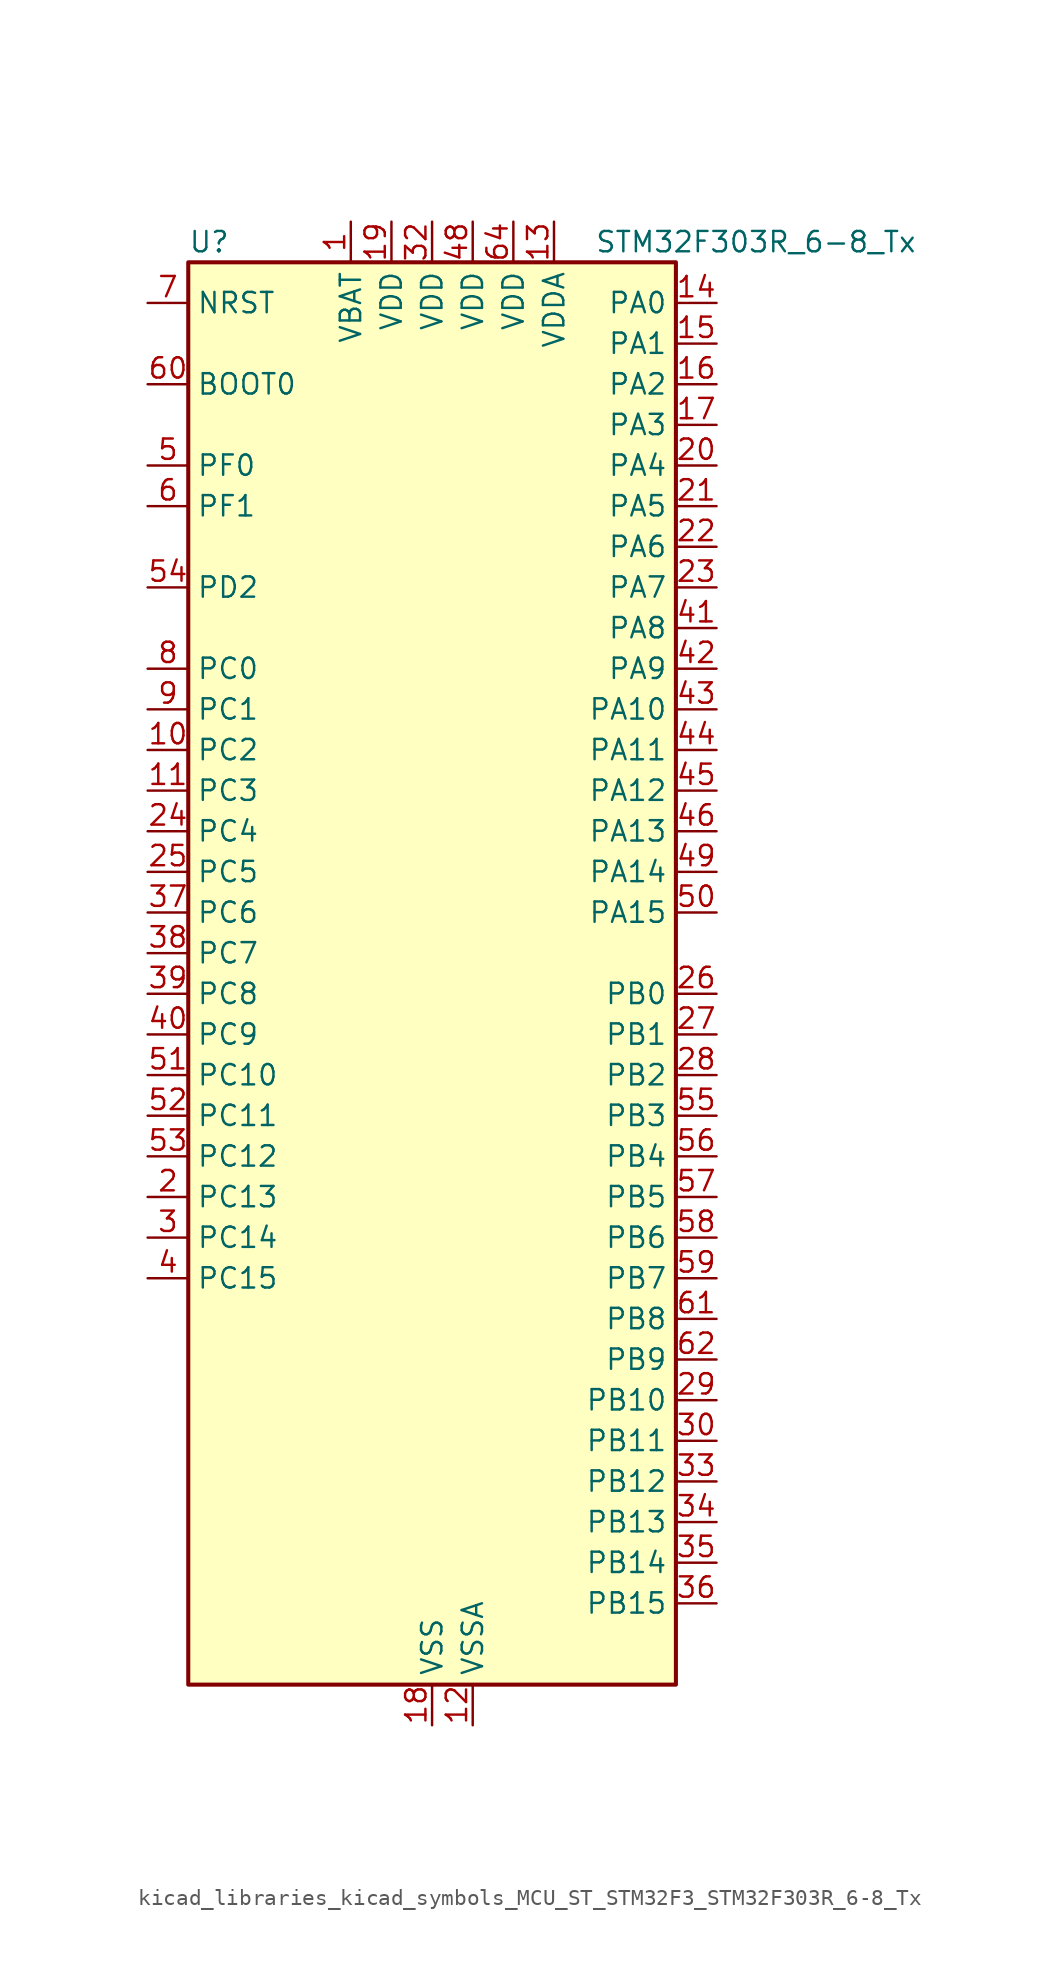
<source format=kicad_sym>
(kicad_symbol_lib
  (version 20220914)
  (generator kicad_symbol_editor)
  (symbol "kicad_libraries_kicad_symbols_MCU_ST_STM32F3_STM32F303R_6-8_Tx"
    (property "Reference" "U"
      (at -15.24 46.99 0)
      (effects (font (size 1.27 1.27)) (justify left)))
    (property "Value" "STM32F303R_6-8_Tx"
      (at 10.16 46.99 0)
      (effects (font (size 1.27 1.27)) (justify left)))
    (property "ki_locked" ""
      (at 0 0 0)
      (effects (font (size 1.27 1.27))))
    (symbol "kicad_libraries_kicad_symbols_MCU_ST_STM32F3_STM32F303R_6-8_Tx_0_1"
      (rectangle (start -15.24 -43.18) (end 15.24 45.72) (stroke (width 0.254) (type default)) (fill (type background))))
    (symbol "kicad_libraries_kicad_symbols_MCU_ST_STM32F3_STM32F303R_6-8_Tx_1_1"
      (pin power_in line (at -5.08 48.26 270) (length 2.54) (name "VBAT" (effects (font (size 1.27 1.27)))) (number "1" (effects (font (size 1.27 1.27)))))
      (pin bidirectional line (at -17.78 15.24 0) (length 2.54) (name "PC2" (effects (font (size 1.27 1.27)))) (number "10" (effects (font (size 1.27 1.27)))) (alternate "ADC1_IN8" bidirectional line) (alternate "ADC2_IN8" bidirectional line) (alternate "TIM1_CH3" bidirectional line))
      (pin bidirectional line (at -17.78 12.7 0) (length 2.54) (name "PC3" (effects (font (size 1.27 1.27)))) (number "11" (effects (font (size 1.27 1.27)))) (alternate "ADC1_IN9" bidirectional line) (alternate "ADC2_IN9" bidirectional line) (alternate "TIM1_BKIN2" bidirectional line) (alternate "TIM1_CH4" bidirectional line))
      (pin power_in line (at 2.54 -45.72 90) (length 2.54) (name "VSSA" (effects (font (size 1.27 1.27)))) (number "12" (effects (font (size 1.27 1.27)))))
      (pin power_in line (at 7.62 48.26 270) (length 2.54) (name "VDDA" (effects (font (size 1.27 1.27)))) (number "13" (effects (font (size 1.27 1.27)))))
      (pin bidirectional line (at 17.78 43.18 180) (length 2.54) (name "PA0" (effects (font (size 1.27 1.27)))) (number "14" (effects (font (size 1.27 1.27)))) (alternate "ADC1_IN1" bidirectional line) (alternate "RTC_TAMP2" bidirectional line) (alternate "SYS_WKUP1" bidirectional line) (alternate "TIM2_CH1" bidirectional line) (alternate "TIM2_ETR" bidirectional line) (alternate "TSC_G1_IO1" bidirectional line) (alternate "USART2_CTS" bidirectional line))
      (pin bidirectional line (at 17.78 40.64 180) (length 2.54) (name "PA1" (effects (font (size 1.27 1.27)))) (number "15" (effects (font (size 1.27 1.27)))) (alternate "ADC1_IN2" bidirectional line) (alternate "RTC_REFIN" bidirectional line) (alternate "TIM15_CH1N" bidirectional line) (alternate "TIM2_CH2" bidirectional line) (alternate "TSC_G1_IO2" bidirectional line) (alternate "USART2_DE" bidirectional line) (alternate "USART2_RTS" bidirectional line))
      (pin bidirectional line (at 17.78 38.1 180) (length 2.54) (name "PA2" (effects (font (size 1.27 1.27)))) (number "16" (effects (font (size 1.27 1.27)))) (alternate "ADC1_IN3" bidirectional line) (alternate "COMP2_INM" bidirectional line) (alternate "COMP2_OUT" bidirectional line) (alternate "TIM15_CH1" bidirectional line) (alternate "TIM2_CH3" bidirectional line) (alternate "TSC_G1_IO3" bidirectional line) (alternate "USART2_TX" bidirectional line))
      (pin bidirectional line (at 17.78 35.56 180) (length 2.54) (name "PA3" (effects (font (size 1.27 1.27)))) (number "17" (effects (font (size 1.27 1.27)))) (alternate "ADC1_IN4" bidirectional line) (alternate "TIM15_CH2" bidirectional line) (alternate "TIM2_CH4" bidirectional line) (alternate "TSC_G1_IO4" bidirectional line) (alternate "USART2_RX" bidirectional line))
      (pin power_in line (at 0 -45.72 90) (length 2.54) (name "VSS" (effects (font (size 1.27 1.27)))) (number "18" (effects (font (size 1.27 1.27)))))
      (pin power_in line (at -2.54 48.26 270) (length 2.54) (name "VDD" (effects (font (size 1.27 1.27)))) (number "19" (effects (font (size 1.27 1.27)))))
      (pin bidirectional line (at -17.78 -12.7 0) (length 2.54) (name "PC13" (effects (font (size 1.27 1.27)))) (number "2" (effects (font (size 1.27 1.27)))) (alternate "RTC_OUT_ALARM" bidirectional line) (alternate "RTC_OUT_CALIB" bidirectional line) (alternate "RTC_TAMP1" bidirectional line) (alternate "RTC_TS" bidirectional line) (alternate "SYS_WKUP2" bidirectional line) (alternate "TIM1_CH1N" bidirectional line))
      (pin bidirectional line (at 17.78 33.02 180) (length 2.54) (name "PA4" (effects (font (size 1.27 1.27)))) (number "20" (effects (font (size 1.27 1.27)))) (alternate "ADC2_IN1" bidirectional line) (alternate "COMP2_INM" bidirectional line) (alternate "COMP4_INM" bidirectional line) (alternate "COMP6_INM" bidirectional line) (alternate "DAC1_OUT1" bidirectional line) (alternate "SPI1_NSS" bidirectional line) (alternate "TIM3_CH2" bidirectional line) (alternate "TSC_G2_IO1" bidirectional line) (alternate "USART2_CK" bidirectional line))
      (pin bidirectional line (at 17.78 30.48 180) (length 2.54) (name "PA5" (effects (font (size 1.27 1.27)))) (number "21" (effects (font (size 1.27 1.27)))) (alternate "ADC2_IN2" bidirectional line) (alternate "DAC1_OUT2" bidirectional line) (alternate "OPAMP2_VINM" bidirectional line) (alternate "OPAMP2_VINM_SEC" bidirectional line) (alternate "SPI1_SCK" bidirectional line) (alternate "TIM2_CH1" bidirectional line) (alternate "TIM2_ETR" bidirectional line) (alternate "TSC_G2_IO2" bidirectional line))
      (pin bidirectional line (at 17.78 27.94 180) (length 2.54) (name "PA6" (effects (font (size 1.27 1.27)))) (number "22" (effects (font (size 1.27 1.27)))) (alternate "ADC2_IN3" bidirectional line) (alternate "DAC2_OUT1" bidirectional line) (alternate "OPAMP2_VOUT" bidirectional line) (alternate "SPI1_MISO" bidirectional line) (alternate "TIM16_CH1" bidirectional line) (alternate "TIM1_BKIN" bidirectional line) (alternate "TIM3_CH1" bidirectional line) (alternate "TSC_G2_IO3" bidirectional line))
      (pin bidirectional line (at 17.78 25.4 180) (length 2.54) (name "PA7" (effects (font (size 1.27 1.27)))) (number "23" (effects (font (size 1.27 1.27)))) (alternate "ADC2_IN4" bidirectional line) (alternate "COMP2_INP" bidirectional line) (alternate "OPAMP2_VINP" bidirectional line) (alternate "OPAMP2_VINP_SEC" bidirectional line) (alternate "SPI1_MOSI" bidirectional line) (alternate "TIM17_CH1" bidirectional line) (alternate "TIM1_CH1N" bidirectional line) (alternate "TIM3_CH2" bidirectional line) (alternate "TSC_G2_IO4" bidirectional line))
      (pin bidirectional line (at -17.78 10.16 0) (length 2.54) (name "PC4" (effects (font (size 1.27 1.27)))) (number "24" (effects (font (size 1.27 1.27)))) (alternate "ADC2_IN5" bidirectional line) (alternate "TIM1_ETR" bidirectional line) (alternate "USART1_TX" bidirectional line))
      (pin bidirectional line (at -17.78 7.62 0) (length 2.54) (name "PC5" (effects (font (size 1.27 1.27)))) (number "25" (effects (font (size 1.27 1.27)))) (alternate "ADC2_IN11" bidirectional line) (alternate "OPAMP2_VINM" bidirectional line) (alternate "OPAMP2_VINM_SEC" bidirectional line) (alternate "TIM15_BKIN" bidirectional line) (alternate "TSC_G3_IO1" bidirectional line) (alternate "USART1_RX" bidirectional line))
      (pin bidirectional line (at 17.78 0 180) (length 2.54) (name "PB0" (effects (font (size 1.27 1.27)))) (number "26" (effects (font (size 1.27 1.27)))) (alternate "ADC1_IN11" bidirectional line) (alternate "COMP4_INP" bidirectional line) (alternate "OPAMP2_VINP" bidirectional line) (alternate "OPAMP2_VINP_SEC" bidirectional line) (alternate "TIM1_CH2N" bidirectional line) (alternate "TIM3_CH3" bidirectional line) (alternate "TSC_G3_IO2" bidirectional line))
      (pin bidirectional line (at 17.78 -2.54 180) (length 2.54) (name "PB1" (effects (font (size 1.27 1.27)))) (number "27" (effects (font (size 1.27 1.27)))) (alternate "ADC1_IN12" bidirectional line) (alternate "COMP4_OUT" bidirectional line) (alternate "TIM1_CH3N" bidirectional line) (alternate "TIM3_CH4" bidirectional line) (alternate "TSC_G3_IO3" bidirectional line))
      (pin bidirectional line (at 17.78 -5.08 180) (length 2.54) (name "PB2" (effects (font (size 1.27 1.27)))) (number "28" (effects (font (size 1.27 1.27)))) (alternate "ADC2_IN12" bidirectional line) (alternate "COMP4_INM" bidirectional line) (alternate "TSC_G3_IO4" bidirectional line))
      (pin bidirectional line (at 17.78 -25.4 180) (length 2.54) (name "PB10" (effects (font (size 1.27 1.27)))) (number "29" (effects (font (size 1.27 1.27)))) (alternate "TIM2_CH3" bidirectional line) (alternate "TSC_SYNC" bidirectional line) (alternate "USART3_TX" bidirectional line))
      (pin bidirectional line (at -17.78 -15.24 0) (length 2.54) (name "PC14" (effects (font (size 1.27 1.27)))) (number "3" (effects (font (size 1.27 1.27)))) (alternate "RCC_OSC32_IN" bidirectional line))
      (pin bidirectional line (at 17.78 -27.94 180) (length 2.54) (name "PB11" (effects (font (size 1.27 1.27)))) (number "30" (effects (font (size 1.27 1.27)))) (alternate "COMP6_INP" bidirectional line) (alternate "TIM2_CH4" bidirectional line) (alternate "TSC_G6_IO1" bidirectional line) (alternate "USART3_RX" bidirectional line))
      (pin passive line (at 0 -45.72 90) (length 2.54) hide (name "VSS" (effects (font (size 1.27 1.27)))) (number "31" (effects (font (size 1.27 1.27)))))
      (pin power_in line (at 0 48.26 270) (length 2.54) (name "VDD" (effects (font (size 1.27 1.27)))) (number "32" (effects (font (size 1.27 1.27)))))
      (pin bidirectional line (at 17.78 -30.48 180) (length 2.54) (name "PB12" (effects (font (size 1.27 1.27)))) (number "33" (effects (font (size 1.27 1.27)))) (alternate "ADC2_IN13" bidirectional line) (alternate "TIM1_BKIN" bidirectional line) (alternate "TSC_G6_IO2" bidirectional line) (alternate "USART3_CK" bidirectional line))
      (pin bidirectional line (at 17.78 -33.02 180) (length 2.54) (name "PB13" (effects (font (size 1.27 1.27)))) (number "34" (effects (font (size 1.27 1.27)))) (alternate "ADC1_IN13" bidirectional line) (alternate "TIM1_CH1N" bidirectional line) (alternate "TSC_G6_IO3" bidirectional line) (alternate "USART3_CTS" bidirectional line))
      (pin bidirectional line (at 17.78 -35.56 180) (length 2.54) (name "PB14" (effects (font (size 1.27 1.27)))) (number "35" (effects (font (size 1.27 1.27)))) (alternate "ADC2_IN14" bidirectional line) (alternate "OPAMP2_VINP" bidirectional line) (alternate "OPAMP2_VINP_SEC" bidirectional line) (alternate "TIM15_CH1" bidirectional line) (alternate "TIM1_CH2N" bidirectional line) (alternate "TSC_G6_IO4" bidirectional line) (alternate "USART3_DE" bidirectional line) (alternate "USART3_RTS" bidirectional line))
      (pin bidirectional line (at 17.78 -38.1 180) (length 2.54) (name "PB15" (effects (font (size 1.27 1.27)))) (number "36" (effects (font (size 1.27 1.27)))) (alternate "ADC2_IN15" bidirectional line) (alternate "COMP6_INM" bidirectional line) (alternate "RTC_REFIN" bidirectional line) (alternate "TIM15_CH1N" bidirectional line) (alternate "TIM15_CH2" bidirectional line) (alternate "TIM1_CH3N" bidirectional line))
      (pin bidirectional line (at -17.78 5.08 0) (length 2.54) (name "PC6" (effects (font (size 1.27 1.27)))) (number "37" (effects (font (size 1.27 1.27)))) (alternate "COMP6_OUT" bidirectional line) (alternate "TIM3_CH1" bidirectional line))
      (pin bidirectional line (at -17.78 2.54 0) (length 2.54) (name "PC7" (effects (font (size 1.27 1.27)))) (number "38" (effects (font (size 1.27 1.27)))) (alternate "TIM3_CH2" bidirectional line))
      (pin bidirectional line (at -17.78 0 0) (length 2.54) (name "PC8" (effects (font (size 1.27 1.27)))) (number "39" (effects (font (size 1.27 1.27)))) (alternate "TIM3_CH3" bidirectional line))
      (pin bidirectional line (at -17.78 -17.78 0) (length 2.54) (name "PC15" (effects (font (size 1.27 1.27)))) (number "4" (effects (font (size 1.27 1.27)))) (alternate "RCC_OSC32_OUT" bidirectional line))
      (pin bidirectional line (at -17.78 -2.54 0) (length 2.54) (name "PC9" (effects (font (size 1.27 1.27)))) (number "40" (effects (font (size 1.27 1.27)))) (alternate "DAC1_EXTI9" bidirectional line) (alternate "DAC2_EXTI9" bidirectional line) (alternate "TIM3_CH4" bidirectional line))
      (pin bidirectional line (at 17.78 22.86 180) (length 2.54) (name "PA8" (effects (font (size 1.27 1.27)))) (number "41" (effects (font (size 1.27 1.27)))) (alternate "RCC_MCO" bidirectional line) (alternate "TIM1_CH1" bidirectional line) (alternate "USART1_CK" bidirectional line))
      (pin bidirectional line (at 17.78 20.32 180) (length 2.54) (name "PA9" (effects (font (size 1.27 1.27)))) (number "42" (effects (font (size 1.27 1.27)))) (alternate "DAC1_EXTI9" bidirectional line) (alternate "DAC2_EXTI9" bidirectional line) (alternate "TIM15_BKIN" bidirectional line) (alternate "TIM1_CH2" bidirectional line) (alternate "TIM2_CH3" bidirectional line) (alternate "TSC_G4_IO1" bidirectional line) (alternate "USART1_TX" bidirectional line))
      (pin bidirectional line (at 17.78 17.78 180) (length 2.54) (name "PA10" (effects (font (size 1.27 1.27)))) (number "43" (effects (font (size 1.27 1.27)))) (alternate "COMP6_OUT" bidirectional line) (alternate "TIM17_BKIN" bidirectional line) (alternate "TIM1_CH3" bidirectional line) (alternate "TIM2_CH4" bidirectional line) (alternate "TSC_G4_IO2" bidirectional line) (alternate "USART1_RX" bidirectional line))
      (pin bidirectional line (at 17.78 15.24 180) (length 2.54) (name "PA11" (effects (font (size 1.27 1.27)))) (number "44" (effects (font (size 1.27 1.27)))) (alternate "CAN_RX" bidirectional line) (alternate "TIM1_BKIN2" bidirectional line) (alternate "TIM1_CH1N" bidirectional line) (alternate "TIM1_CH4" bidirectional line) (alternate "USART1_CTS" bidirectional line))
      (pin bidirectional line (at 17.78 12.7 180) (length 2.54) (name "PA12" (effects (font (size 1.27 1.27)))) (number "45" (effects (font (size 1.27 1.27)))) (alternate "CAN_TX" bidirectional line) (alternate "COMP2_OUT" bidirectional line) (alternate "TIM16_CH1" bidirectional line) (alternate "TIM1_CH2N" bidirectional line) (alternate "TIM1_ETR" bidirectional line) (alternate "USART1_DE" bidirectional line) (alternate "USART1_RTS" bidirectional line))
      (pin bidirectional line (at 17.78 10.16 180) (length 2.54) (name "PA13" (effects (font (size 1.27 1.27)))) (number "46" (effects (font (size 1.27 1.27)))) (alternate "IR_OUT" bidirectional line) (alternate "SYS_JTMS-SWDIO" bidirectional line) (alternate "TIM16_CH1N" bidirectional line) (alternate "TSC_G4_IO3" bidirectional line) (alternate "USART3_CTS" bidirectional line))
      (pin passive line (at 0 -45.72 90) (length 2.54) hide (name "VSS" (effects (font (size 1.27 1.27)))) (number "47" (effects (font (size 1.27 1.27)))))
      (pin power_in line (at 2.54 48.26 270) (length 2.54) (name "VDD" (effects (font (size 1.27 1.27)))) (number "48" (effects (font (size 1.27 1.27)))))
      (pin bidirectional line (at 17.78 7.62 180) (length 2.54) (name "PA14" (effects (font (size 1.27 1.27)))) (number "49" (effects (font (size 1.27 1.27)))) (alternate "I2C1_SDA" bidirectional line) (alternate "SYS_JTCK-SWCLK" bidirectional line) (alternate "TIM1_BKIN" bidirectional line) (alternate "TSC_G4_IO4" bidirectional line) (alternate "USART2_TX" bidirectional line))
      (pin bidirectional line (at -17.78 33.02 0) (length 2.54) (name "PF0" (effects (font (size 1.27 1.27)))) (number "5" (effects (font (size 1.27 1.27)))) (alternate "RCC_OSC_IN" bidirectional line) (alternate "TIM1_CH3N" bidirectional line))
      (pin bidirectional line (at 17.78 5.08 180) (length 2.54) (name "PA15" (effects (font (size 1.27 1.27)))) (number "50" (effects (font (size 1.27 1.27)))) (alternate "I2C1_SCL" bidirectional line) (alternate "SPI1_NSS" bidirectional line) (alternate "SYS_JTDI" bidirectional line) (alternate "TIM1_BKIN" bidirectional line) (alternate "TIM2_CH1" bidirectional line) (alternate "TIM2_ETR" bidirectional line) (alternate "TSC_SYNC" bidirectional line) (alternate "USART2_RX" bidirectional line))
      (pin bidirectional line (at -17.78 -5.08 0) (length 2.54) (name "PC10" (effects (font (size 1.27 1.27)))) (number "51" (effects (font (size 1.27 1.27)))) (alternate "USART3_TX" bidirectional line))
      (pin bidirectional line (at -17.78 -7.62 0) (length 2.54) (name "PC11" (effects (font (size 1.27 1.27)))) (number "52" (effects (font (size 1.27 1.27)))) (alternate "USART3_RX" bidirectional line))
      (pin bidirectional line (at -17.78 -10.16 0) (length 2.54) (name "PC12" (effects (font (size 1.27 1.27)))) (number "53" (effects (font (size 1.27 1.27)))) (alternate "USART3_CK" bidirectional line))
      (pin bidirectional line (at -17.78 25.4 0) (length 2.54) (name "PD2" (effects (font (size 1.27 1.27)))) (number "54" (effects (font (size 1.27 1.27)))) (alternate "TIM3_ETR" bidirectional line))
      (pin bidirectional line (at 17.78 -7.62 180) (length 2.54) (name "PB3" (effects (font (size 1.27 1.27)))) (number "55" (effects (font (size 1.27 1.27)))) (alternate "SPI1_SCK" bidirectional line) (alternate "SYS_JTDO-TRACESWO" bidirectional line) (alternate "TIM2_CH2" bidirectional line) (alternate "TIM3_ETR" bidirectional line) (alternate "TSC_G5_IO1" bidirectional line) (alternate "USART2_TX" bidirectional line))
      (pin bidirectional line (at 17.78 -10.16 180) (length 2.54) (name "PB4" (effects (font (size 1.27 1.27)))) (number "56" (effects (font (size 1.27 1.27)))) (alternate "SPI1_MISO" bidirectional line) (alternate "SYS_NJTRST" bidirectional line) (alternate "TIM16_CH1" bidirectional line) (alternate "TIM17_BKIN" bidirectional line) (alternate "TIM3_CH1" bidirectional line) (alternate "TSC_G5_IO2" bidirectional line) (alternate "USART2_RX" bidirectional line))
      (pin bidirectional line (at 17.78 -12.7 180) (length 2.54) (name "PB5" (effects (font (size 1.27 1.27)))) (number "57" (effects (font (size 1.27 1.27)))) (alternate "I2C1_SMBA" bidirectional line) (alternate "SPI1_MOSI" bidirectional line) (alternate "TIM16_BKIN" bidirectional line) (alternate "TIM17_CH1" bidirectional line) (alternate "TIM3_CH2" bidirectional line) (alternate "USART2_CK" bidirectional line))
      (pin bidirectional line (at 17.78 -15.24 180) (length 2.54) (name "PB6" (effects (font (size 1.27 1.27)))) (number "58" (effects (font (size 1.27 1.27)))) (alternate "I2C1_SCL" bidirectional line) (alternate "TIM16_CH1N" bidirectional line) (alternate "TSC_G5_IO3" bidirectional line) (alternate "USART1_TX" bidirectional line))
      (pin bidirectional line (at 17.78 -17.78 180) (length 2.54) (name "PB7" (effects (font (size 1.27 1.27)))) (number "59" (effects (font (size 1.27 1.27)))) (alternate "I2C1_SDA" bidirectional line) (alternate "TIM17_CH1N" bidirectional line) (alternate "TIM3_CH4" bidirectional line) (alternate "TSC_G5_IO4" bidirectional line) (alternate "USART1_RX" bidirectional line))
      (pin bidirectional line (at -17.78 30.48 0) (length 2.54) (name "PF1" (effects (font (size 1.27 1.27)))) (number "6" (effects (font (size 1.27 1.27)))) (alternate "RCC_OSC_OUT" bidirectional line))
      (pin input line (at -17.78 38.1 0) (length 2.54) (name "BOOT0" (effects (font (size 1.27 1.27)))) (number "60" (effects (font (size 1.27 1.27)))))
      (pin bidirectional line (at 17.78 -20.32 180) (length 2.54) (name "PB8" (effects (font (size 1.27 1.27)))) (number "61" (effects (font (size 1.27 1.27)))) (alternate "CAN_RX" bidirectional line) (alternate "I2C1_SCL" bidirectional line) (alternate "TIM16_CH1" bidirectional line) (alternate "TIM1_BKIN" bidirectional line) (alternate "TSC_SYNC" bidirectional line) (alternate "USART3_RX" bidirectional line))
      (pin bidirectional line (at 17.78 -22.86 180) (length 2.54) (name "PB9" (effects (font (size 1.27 1.27)))) (number "62" (effects (font (size 1.27 1.27)))) (alternate "CAN_TX" bidirectional line) (alternate "COMP2_OUT" bidirectional line) (alternate "DAC1_EXTI9" bidirectional line) (alternate "DAC2_EXTI9" bidirectional line) (alternate "I2C1_SDA" bidirectional line) (alternate "IR_OUT" bidirectional line) (alternate "TIM17_CH1" bidirectional line) (alternate "USART3_TX" bidirectional line))
      (pin passive line (at 0 -45.72 90) (length 2.54) hide (name "VSS" (effects (font (size 1.27 1.27)))) (number "63" (effects (font (size 1.27 1.27)))))
      (pin power_in line (at 5.08 48.26 270) (length 2.54) (name "VDD" (effects (font (size 1.27 1.27)))) (number "64" (effects (font (size 1.27 1.27)))))
      (pin input line (at -17.78 43.18 0) (length 2.54) (name "NRST" (effects (font (size 1.27 1.27)))) (number "7" (effects (font (size 1.27 1.27)))))
      (pin bidirectional line (at -17.78 20.32 0) (length 2.54) (name "PC0" (effects (font (size 1.27 1.27)))) (number "8" (effects (font (size 1.27 1.27)))) (alternate "ADC1_IN6" bidirectional line) (alternate "ADC2_IN6" bidirectional line) (alternate "TIM1_CH1" bidirectional line))
      (pin bidirectional line (at -17.78 17.78 0) (length 2.54) (name "PC1" (effects (font (size 1.27 1.27)))) (number "9" (effects (font (size 1.27 1.27)))) (alternate "ADC1_IN7" bidirectional line) (alternate "ADC2_IN7" bidirectional line) (alternate "TIM1_CH2" bidirectional line)))))
</source>
